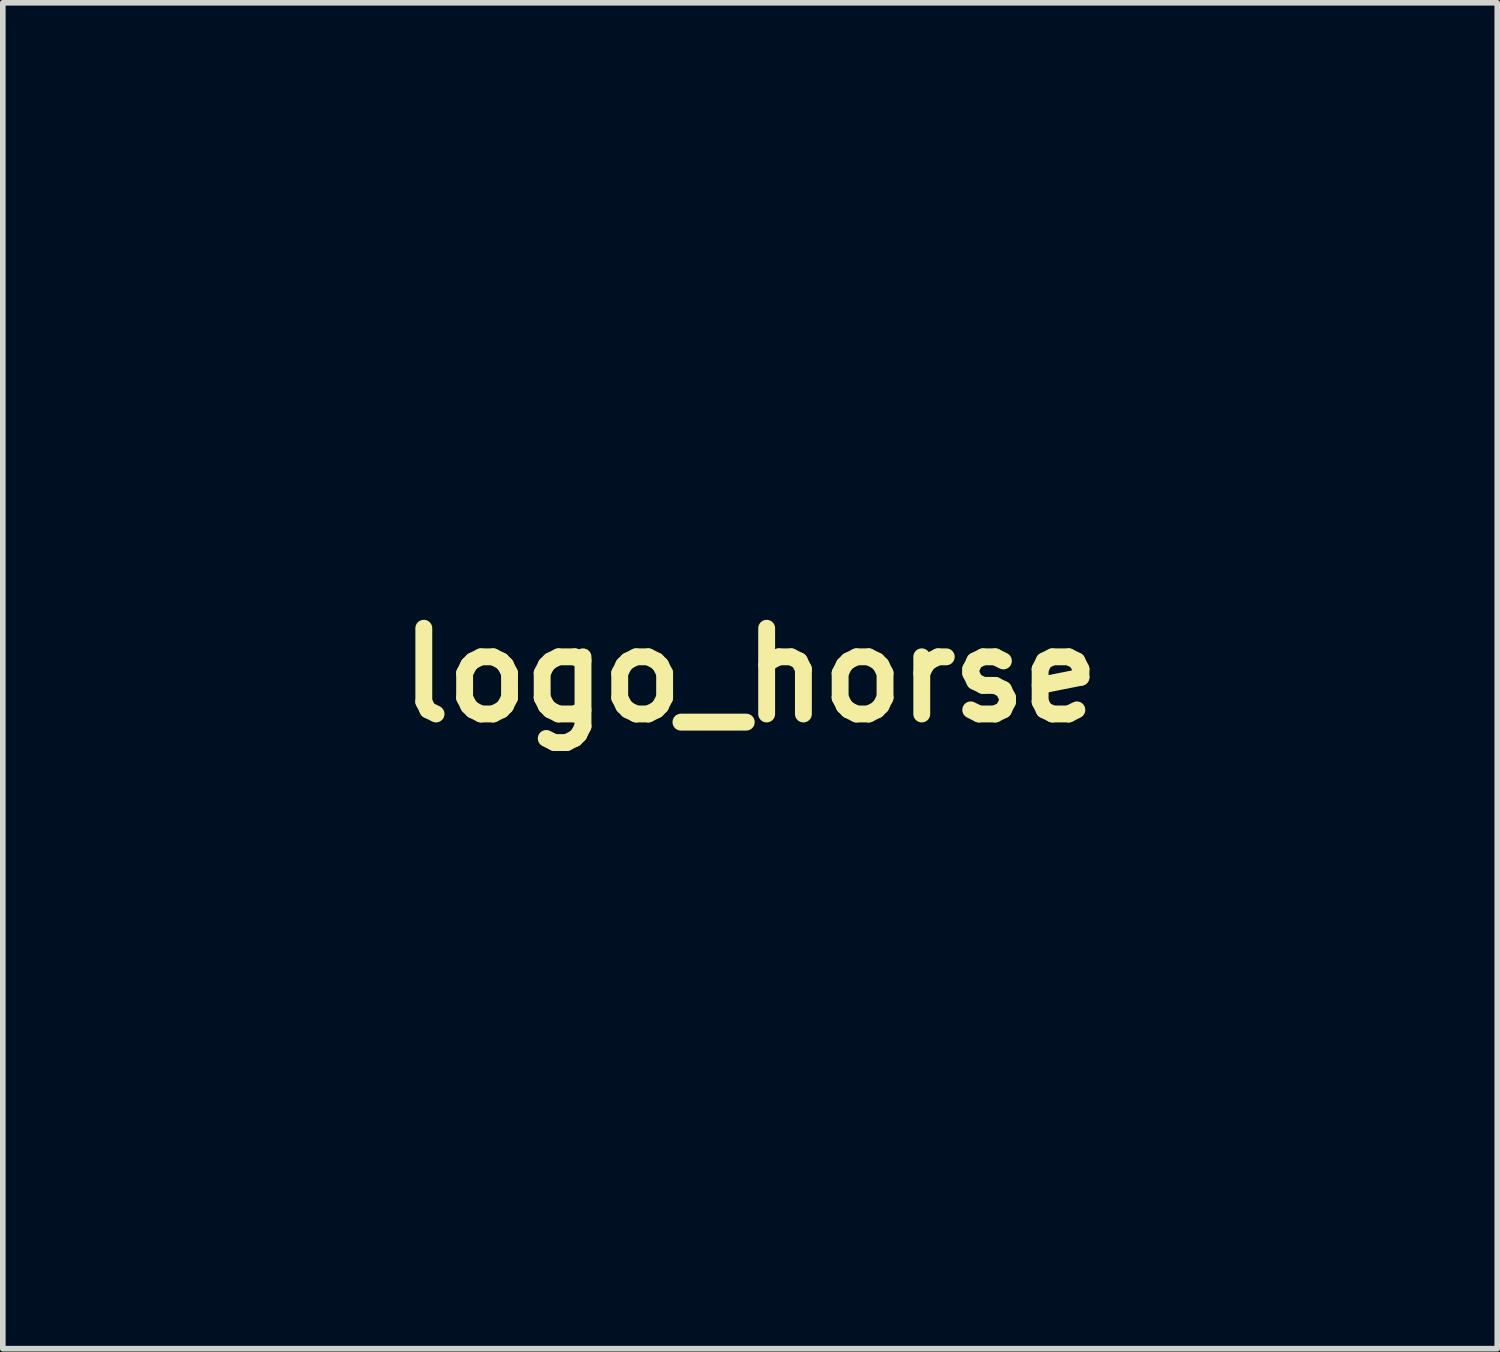
<source format=kicad_pcb>
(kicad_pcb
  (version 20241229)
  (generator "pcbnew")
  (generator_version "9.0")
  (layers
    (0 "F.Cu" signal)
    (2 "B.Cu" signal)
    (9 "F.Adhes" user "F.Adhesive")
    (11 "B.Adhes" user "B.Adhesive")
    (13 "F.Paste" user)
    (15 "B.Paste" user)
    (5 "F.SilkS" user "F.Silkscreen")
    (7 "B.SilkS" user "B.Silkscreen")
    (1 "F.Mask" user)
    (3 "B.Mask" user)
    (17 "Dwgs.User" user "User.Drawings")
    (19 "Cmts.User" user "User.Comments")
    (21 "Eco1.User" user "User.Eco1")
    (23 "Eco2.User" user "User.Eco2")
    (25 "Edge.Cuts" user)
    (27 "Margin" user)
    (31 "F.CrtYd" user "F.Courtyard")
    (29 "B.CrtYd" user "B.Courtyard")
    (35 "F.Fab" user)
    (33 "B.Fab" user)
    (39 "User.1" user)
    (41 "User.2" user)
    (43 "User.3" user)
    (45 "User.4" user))
  (footprint "logo_horse"
    (layer "F.Cu")
    (at 10.291 8.955)
    (property "Reference" "logo_horse" (at 0 0 0) (layer "F.SilkS") (effects (font (size 1.524 1.524) (thickness 0.3))))
    (attr through_hole)
    (fp_poly (pts (xy -3.753 -3.352) (xy -3.678 -3.337) (xy -3.571 -3.308) (xy -3.517 -3.292) (xy -3.39 -3.257) (xy -3.295 -3.235) (xy -3.223 -3.226) (xy -3.171 -3.228) (xy -3.08 -3.239) (xy -3.186 -3.187) (xy -3.259 -3.154) (xy -3.312 -3.139) (xy -3.364 -3.142) (xy -3.43 -3.162) (xy -3.44 -3.165) (xy -3.504 -3.186) (xy -3.589 -3.213) (xy -3.678 -3.239) (xy -3.765 -3.269) (xy -3.817 -3.297) (xy -3.831 -3.315) (xy -3.824 -3.341) (xy -3.8 -3.353) (xy -3.753 -3.352)) (stroke (width 0.01) (type solid)) (fill yes) (layer "F.Mask"))
    (fp_poly (pts (xy -2.904 -3.221) (xy -2.945 -3.185) (xy -3.007 -3.133) (xy -3.085 -3.068) (xy -3.173 -2.997) (xy -3.264 -2.923) (xy -3.353 -2.851) (xy -3.435 -2.787) (xy -3.502 -2.735) (xy -3.549 -2.699) (xy -3.555 -2.695) (xy -3.583 -2.681) (xy -3.606 -2.689) (xy -3.637 -2.726) (xy -3.651 -2.746) (xy -3.69 -2.815) (xy -3.725 -2.896) (xy -3.754 -2.982) (xy -3.775 -3.064) (xy -3.785 -3.133) (xy -3.782 -3.18) (xy -3.765 -3.196) (xy -3.736 -3.191) (xy -3.676 -3.177) (xy -3.594 -3.157) (xy -3.525 -3.14) (xy -3.308 -3.084) (xy -3.102 -3.163) (xy -3.017 -3.195) (xy -2.948 -3.22) (xy -2.903 -3.234) (xy -2.89 -3.235) (xy -2.904 -3.221)) (stroke (width 0.01) (type solid)) (fill yes) (layer "F.Mask"))
    (fp_poly (pts (xy -1.953 -8.191) (xy -1.911 -8.107) (xy -1.87 -8.012) (xy -1.834 -7.916) (xy -1.809 -7.833) (xy -1.799 -7.774) (xy -1.799 -7.771) (xy -1.786 -7.743) (xy -1.749 -7.688) (xy -1.693 -7.612) (xy -1.622 -7.52) (xy -1.539 -7.418) (xy -1.514 -7.387) (xy -1.425 -7.281) (xy -1.344 -7.183) (xy -1.275 -7.098) (xy -1.221 -7.032) (xy -1.19 -6.991) (xy -1.186 -6.986) (xy -1.143 -6.926) (xy -1.191 -6.895) (xy -1.225 -6.875) (xy -1.283 -6.844) (xy -1.355 -6.806) (xy -1.431 -6.767) (xy -1.503 -6.731) (xy -1.558 -6.703) (xy -1.59 -6.689) (xy -1.593 -6.689) (xy -1.606 -6.705) (xy -1.641 -6.75) (xy -1.694 -6.818) (xy -1.76 -6.905) (xy -1.835 -7.006) (xy -1.842 -7.015) (xy -1.92 -7.122) (xy -1.991 -7.224) (xy -2.049 -7.312) (xy -2.091 -7.38) (xy -2.112 -7.421) (xy -2.122 -7.457) (xy -2.126 -7.501) (xy -2.126 -7.559) (xy -2.119 -7.638) (xy -2.107 -7.747) (xy -2.096 -7.84) (xy -2.08 -7.961) (xy -2.064 -8.071) (xy -2.051 -8.161) (xy -2.04 -8.224) (xy -2.036 -8.243) (xy -2.019 -8.306) (xy -1.953 -8.191)) (stroke (width 0.01) (type solid)) (fill yes) (layer "F.Mask"))
    (fp_poly (pts (xy -2.313 -3.527) (xy -2.312 -3.503) (xy -2.337 -3.459) (xy -2.39 -3.393) (xy -2.472 -3.3) (xy -2.482 -3.289) (xy -2.753 -2.988) (xy -2.992 -2.705) (xy -3.203 -2.435) (xy -3.389 -2.174) (xy -3.553 -1.916) (xy -3.699 -1.656) (xy -3.829 -1.389) (xy -3.947 -1.109) (xy -4.057 -0.812) (xy -4.058 -0.808) (xy -4.135 -0.586) (xy -4.991 -0.166) (xy -5.2 -0.064) (xy -5.374 0.022) (xy -5.517 0.091) (xy -5.63 0.145) (xy -5.719 0.187) (xy -5.784 0.217) (xy -5.831 0.237) (xy -5.861 0.247) (xy -5.877 0.251) (xy -5.884 0.248) (xy -5.884 0.246) (xy -5.876 0.225) (xy -5.851 0.172) (xy -5.813 0.092) (xy -5.764 -0.011) (xy -5.707 -0.129) (xy -5.672 -0.203) (xy -5.46 -0.643) (xy -5.114 -0.995) (xy -4.769 -1.347) (xy -4.435 -2.002) (xy -4.328 -2.21) (xy -4.239 -2.383) (xy -4.164 -2.526) (xy -4.103 -2.64) (xy -4.052 -2.731) (xy -4.011 -2.801) (xy -3.977 -2.853) (xy -3.948 -2.892) (xy -3.922 -2.919) (xy -3.898 -2.94) (xy -3.893 -2.943) (xy -3.831 -2.988) (xy -3.791 -2.893) (xy -3.749 -2.806) (xy -3.702 -2.724) (xy -3.657 -2.658) (xy -3.62 -2.618) (xy -3.609 -2.611) (xy -3.582 -2.62) (xy -3.527 -2.654) (xy -3.447 -2.71) (xy -3.346 -2.786) (xy -3.232 -2.874) (xy -3.052 -3.016) (xy -2.886 -3.145) (xy -2.736 -3.259) (xy -2.606 -3.356) (xy -2.499 -3.434) (xy -2.416 -3.491) (xy -2.361 -3.525) (xy -2.338 -3.535) (xy -2.313 -3.527)) (stroke (width 0.01) (type solid)) (fill yes) (layer "F.Mask"))
    (fp_poly (pts (xy 0.214 -3.756) (xy 0.257 -3.705) (xy 0.319 -3.63) (xy 0.395 -3.537) (xy 0.481 -3.429) (xy 0.574 -3.312) (xy 0.669 -3.19) (xy 0.763 -3.069) (xy 0.852 -2.953) (xy 0.932 -2.848) (xy 0.956 -2.815) (xy 1.328 -2.291) (xy 1.66 -1.777) (xy 1.951 -1.273) (xy 2.201 -0.78) (xy 2.411 -0.296) (xy 2.58 0.178) (xy 2.709 0.642) (xy 2.787 1.027) (xy 2.801 1.144) (xy 2.813 1.291) (xy 2.821 1.458) (xy 2.826 1.636) (xy 2.827 1.816) (xy 2.824 1.988) (xy 2.818 2.144) (xy 2.808 2.274) (xy 2.797 2.349) (xy 2.71 2.743) (xy 2.592 3.111) (xy 2.443 3.456) (xy 2.259 3.783) (xy 2.239 3.815) (xy 2.181 3.904) (xy 2.142 3.957) (xy 2.122 3.977) (xy 2.12 3.964) (xy 2.125 3.942) (xy 2.144 3.875) (xy 2.168 3.777) (xy 2.195 3.659) (xy 2.223 3.533) (xy 2.248 3.409) (xy 2.27 3.299) (xy 2.279 3.249) (xy 2.293 3.141) (xy 2.304 3.008) (xy 2.31 2.858) (xy 2.314 2.698) (xy 2.313 2.533) (xy 2.31 2.371) (xy 2.303 2.218) (xy 2.294 2.081) (xy 2.281 1.967) (xy 2.266 1.882) (xy 2.249 1.834) (xy 2.239 1.844) (xy 2.219 1.888) (xy 2.194 1.956) (xy 2.177 2.007) (xy 2.141 2.106) (xy 2.092 2.225) (xy 2.037 2.348) (xy 1.994 2.438) (xy 1.945 2.531) (xy 1.887 2.634) (xy 1.824 2.739) (xy 1.761 2.842) (xy 1.702 2.934) (xy 1.65 3.011) (xy 1.61 3.065) (xy 1.586 3.089) (xy 1.583 3.09) (xy 1.583 3.073) (xy 1.598 3.027) (xy 1.621 2.973) (xy 1.669 2.853) (xy 1.722 2.705) (xy 1.776 2.541) (xy 1.826 2.376) (xy 1.867 2.22) (xy 1.887 2.138) (xy 1.907 2.042) (xy 1.921 1.953) (xy 1.93 1.86) (xy 1.934 1.751) (xy 1.936 1.616) (xy 1.936 1.556) (xy 1.934 1.392) (xy 1.928 1.25) (xy 1.919 1.138) (xy 1.908 1.069) (xy 1.851 0.852) (xy 1.78 0.642) (xy 1.691 0.436) (xy 1.581 0.226) (xy 1.447 0.008) (xy 1.287 -0.225) (xy 1.096 -0.478) (xy 1.081 -0.497) (xy 0.998 -0.603) (xy 0.934 -0.679) (xy 0.885 -0.73) (xy 0.845 -0.762) (xy 0.809 -0.778) (xy 0.772 -0.783) (xy 0.761 -0.783) (xy 0.689 -0.776) (xy 0.61 -0.757) (xy 0.593 -0.751) (xy 0.534 -0.732) (xy 0.493 -0.721) (xy 0.484 -0.72) (xy 0.488 -0.738) (xy 0.509 -0.789) (xy 0.545 -0.868) (xy 0.593 -0.97) (xy 0.651 -1.09) (xy 0.718 -1.224) (xy 0.72 -1.227) (xy 0.787 -1.365) (xy 0.848 -1.492) (xy 0.9 -1.603) (xy 0.94 -1.692) (xy 0.965 -1.755) (xy 0.974 -1.785) (xy 0.967 -1.835) (xy 0.947 -1.917) (xy 0.918 -2.024) (xy 0.881 -2.149) (xy 0.838 -2.284) (xy 0.792 -2.422) (xy 0.745 -2.555) (xy 0.7 -2.677) (xy 0.695 -2.689) (xy 0.649 -2.8) (xy 0.589 -2.937) (xy 0.52 -3.088) (xy 0.447 -3.241) (xy 0.379 -3.381) (xy 0.32 -3.5) (xy 0.269 -3.604) (xy 0.229 -3.688) (xy 0.202 -3.747) (xy 0.191 -3.776) (xy 0.192 -3.778) (xy 0.214 -3.756)) (stroke (width 0.01) (type solid)) (fill yes) (layer "F.Mask"))
    (fp_poly (pts (xy -2.586 -8.152) (xy -2.558 -8.101) (xy -2.524 -8.026) (xy -2.488 -7.936) (xy -2.452 -7.839) (xy -2.422 -7.743) (xy -2.42 -7.736) (xy -2.406 -7.69) (xy -2.394 -7.65) (xy -2.381 -7.614) (xy -2.365 -7.578) (xy -2.341 -7.538) (xy -2.309 -7.489) (xy -2.265 -7.427) (xy -2.207 -7.349) (xy -2.131 -7.25) (xy -2.036 -7.127) (xy -1.918 -6.976) (xy -1.884 -6.932) (xy -1.709 -6.707) (xy -1.559 -6.512) (xy -1.43 -6.342) (xy -1.319 -6.194) (xy -1.224 -6.064) (xy -1.142 -5.949) (xy -1.07 -5.845) (xy -1.006 -5.748) (xy -0.982 -5.71) (xy -0.918 -5.607) (xy -0.852 -5.492) (xy -0.787 -5.372) (xy -0.726 -5.253) (xy -0.671 -5.141) (xy -0.626 -5.044) (xy -0.594 -4.967) (xy -0.579 -4.916) (xy -0.579 -4.901) (xy -0.584 -4.891) (xy -0.595 -4.879) (xy -0.613 -4.862) (xy -0.641 -4.838) (xy -0.681 -4.807) (xy -0.736 -4.765) (xy -0.809 -4.713) (xy -0.901 -4.647) (xy -1.015 -4.566) (xy -1.153 -4.468) (xy -1.318 -4.351) (xy -1.512 -4.215) (xy -1.738 -4.057) (xy -1.819 -3.999) (xy -2.697 -3.384) (xy -2.973 -3.32) (xy -3.249 -3.257) (xy -3.471 -3.334) (xy -3.6 -3.379) (xy -3.694 -3.411) (xy -3.759 -3.433) (xy -3.801 -3.444) (xy -3.827 -3.448) (xy -3.84 -3.445) (xy -3.848 -3.436) (xy -3.854 -3.428) (xy -3.864 -3.391) (xy -3.871 -3.328) (xy -3.873 -3.268) (xy -3.879 -3.174) (xy -3.897 -3.121) (xy -3.904 -3.113) (xy -3.922 -3.105) (xy -3.933 -3.122) (xy -3.942 -3.173) (xy -3.945 -3.2) (xy -3.957 -3.33) (xy -3.964 -3.445) (xy -3.966 -3.538) (xy -3.964 -3.602) (xy -3.956 -3.631) (xy -3.955 -3.632) (xy -3.928 -3.642) (xy -3.87 -3.661) (xy -3.792 -3.685) (xy -3.753 -3.697) (xy -3.698 -3.713) (xy -3.65 -3.73) (xy -3.603 -3.75) (xy -3.553 -3.778) (xy -3.495 -3.815) (xy -3.423 -3.866) (xy -3.332 -3.933) (xy -3.218 -4.02) (xy -3.096 -4.113) (xy -2.939 -4.234) (xy -2.813 -4.331) (xy -2.716 -4.406) (xy -2.645 -4.462) (xy -2.597 -4.5) (xy -2.571 -4.523) (xy -2.563 -4.532) (xy -2.571 -4.531) (xy -2.594 -4.52) (xy -2.625 -4.503) (xy -2.732 -4.445) (xy -2.844 -4.385) (xy -2.952 -4.328) (xy -3.051 -4.277) (xy -3.133 -4.235) (xy -3.193 -4.205) (xy -3.224 -4.191) (xy -3.226 -4.191) (xy -3.219 -4.209) (xy -3.196 -4.26) (xy -3.158 -4.339) (xy -3.108 -4.44) (xy -3.049 -4.56) (xy -2.983 -4.693) (xy -2.913 -4.834) (xy -2.84 -4.978) (xy -2.793 -5.073) (xy -1.517 -5.073) (xy -1.514 -5.06) (xy -1.503 -5.059) (xy -1.485 -5.067) (xy -1.489 -5.073) (xy -1.514 -5.075) (xy -1.517 -5.073) (xy -2.793 -5.073) (xy -2.769 -5.121) (xy -2.7 -5.257) (xy -2.636 -5.382) (xy -2.581 -5.491) (xy -2.536 -5.578) (xy -2.503 -5.639) (xy -2.486 -5.668) (xy -2.485 -5.67) (xy -2.471 -5.668) (xy -2.439 -5.647) (xy -2.387 -5.604) (xy -2.311 -5.537) (xy -2.21 -5.444) (xy -2.129 -5.369) (xy -1.884 -5.138) (xy -1.723 -5.108) (xy -1.646 -5.095) (xy -1.586 -5.086) (xy -1.556 -5.085) (xy -1.554 -5.086) (xy -1.568 -5.096) (xy -1.613 -5.116) (xy -1.679 -5.141) (xy -1.684 -5.142) (xy -1.734 -5.161) (xy -1.778 -5.183) (xy -1.822 -5.211) (xy -1.871 -5.251) (xy -1.932 -5.309) (xy -2.01 -5.387) (xy -2.099 -5.479) (xy -2.19 -5.575) (xy -2.274 -5.666) (xy -2.345 -5.746) (xy -2.397 -5.807) (xy -2.424 -5.842) (xy -2.459 -5.914) (xy -2.495 -6.021) (xy -2.532 -6.157) (xy -2.567 -6.313) (xy -2.598 -6.484) (xy -2.626 -6.662) (xy -2.648 -6.841) (xy -2.663 -7.012) (xy -2.665 -7.048) (xy -2.671 -7.189) (xy -2.673 -7.339) (xy -2.671 -7.492) (xy -2.667 -7.642) (xy -2.661 -7.785) (xy -2.652 -7.913) (xy -2.642 -8.022) (xy -2.629 -8.105) (xy -2.616 -8.156) (xy -2.604 -8.17) (xy -2.586 -8.152)) (stroke (width 0.01) (type solid)) (fill yes) (layer "F.Mask"))
    (fp_poly (pts (xy -4.17 -0.454) (xy -4.177 -0.431) (xy -4.196 -0.378) (xy -4.223 -0.305) (xy -4.235 -0.275) (xy -4.265 -0.198) (xy -4.293 -0.143) (xy -4.325 -0.1) (xy -4.372 -0.059) (xy -4.441 -0.008) (xy -4.472 0.014) (xy -4.563 0.082) (xy -4.667 0.168) (xy -4.769 0.259) (xy -4.826 0.313) (xy -5.006 0.492) (xy -4.868 0.387) (xy -4.732 0.287) (xy -4.602 0.196) (xy -4.486 0.122) (xy -4.392 0.069) (xy -4.392 0.069) (xy -4.341 0.05) (xy -4.275 0.033) (xy -4.204 0.02) (xy -4.138 0.012) (xy -4.09 0.011) (xy -4.068 0.019) (xy -4.069 0.022) (xy -4.087 0.041) (xy -4.131 0.079) (xy -4.194 0.131) (xy -4.244 0.17) (xy -4.332 0.243) (xy -4.431 0.331) (xy -4.535 0.428) (xy -4.635 0.526) (xy -4.725 0.619) (xy -4.798 0.698) (xy -4.845 0.757) (xy -4.855 0.777) (xy -4.84 0.774) (xy -4.799 0.747) (xy -4.729 0.694) (xy -4.653 0.634) (xy -4.556 0.558) (xy -4.445 0.475) (xy -4.325 0.388) (xy -4.201 0.302) (xy -4.081 0.22) (xy -3.969 0.145) (xy -3.871 0.083) (xy -3.794 0.037) (xy -3.743 0.011) (xy -3.733 0.008) (xy -3.693 0.007) (xy -3.647 0.028) (xy -3.584 0.076) (xy -3.582 0.078) (xy -3.384 0.24) (xy -3.211 0.376) (xy -3.055 0.49) (xy -2.911 0.586) (xy -2.773 0.668) (xy -2.635 0.741) (xy -2.598 0.758) (xy -2.514 0.8) (xy -2.447 0.835) (xy -2.404 0.86) (xy -2.392 0.87) (xy -2.409 0.885) (xy -2.457 0.92) (xy -2.531 0.973) (xy -2.628 1.041) (xy -2.743 1.12) (xy -2.873 1.208) (xy -2.937 1.251) (xy -3.482 1.619) (xy -3.799 1.644) (xy -3.452 1.651) (xy -2.842 1.279) (xy -2.233 0.907) (xy -2.031 0.94) (xy -1.913 0.955) (xy -1.772 0.965) (xy -1.62 0.971) (xy -1.469 0.972) (xy -1.332 0.967) (xy -1.222 0.958) (xy -1.201 0.955) (xy -1.143 0.948) (xy -1.107 0.949) (xy -1.101 0.953) (xy -1.118 0.971) (xy -1.167 1.008) (xy -1.245 1.061) (xy -1.346 1.13) (xy -1.467 1.209) (xy -1.604 1.298) (xy -1.753 1.394) (xy -1.91 1.493) (xy -2.07 1.593) (xy -2.23 1.692) (xy -2.385 1.787) (xy -2.413 1.803) (xy -2.523 1.869) (xy -2.646 1.94) (xy -2.778 2.015) (xy -2.913 2.091) (xy -3.045 2.164) (xy -3.17 2.232) (xy -3.281 2.291) (xy -3.374 2.34) (xy -3.443 2.374) (xy -3.483 2.391) (xy -3.489 2.392) (xy -3.507 2.379) (xy -3.506 2.337) (xy -3.503 2.323) (xy -3.489 2.277) (xy -3.464 2.224) (xy -3.424 2.157) (xy -3.363 2.068) (xy -3.322 2.011) (xy -3.293 1.971) (xy -3.285 1.954) (xy -3.298 1.962) (xy -3.336 1.997) (xy -3.401 2.06) (xy -3.401 2.06) (xy -3.55 2.205) (xy -3.672 2.646) (xy -3.709 2.777) (xy -3.743 2.894) (xy -3.771 2.991) (xy -3.793 3.062) (xy -3.806 3.101) (xy -3.808 3.106) (xy -3.831 3.11) (xy -3.89 3.111) (xy -3.975 3.11) (xy -4.08 3.107) (xy -4.196 3.102) (xy -4.317 3.096) (xy -4.434 3.09) (xy -4.539 3.082) (xy -4.627 3.075) (xy -4.687 3.068) (xy -4.714 3.061) (xy -4.714 3.061) (xy -4.716 3.041) (xy -4.702 2.998) (xy -4.671 2.93) (xy -4.622 2.834) (xy -4.553 2.708) (xy -4.464 2.551) (xy -4.379 2.402) (xy -4.31 2.286) (xy -4.254 2.2) (xy -4.208 2.137) (xy -4.168 2.094) (xy -4.131 2.067) (xy -4.093 2.052) (xy -4.055 2.044) (xy -3.993 2.029) (xy -3.972 2.013) (xy -3.99 1.998) (xy -4.047 1.991) (xy -4.071 1.99) (xy -4.106 1.991) (xy -4.135 1.998) (xy -4.163 2.015) (xy -4.196 2.048) (xy -4.239 2.102) (xy -4.299 2.183) (xy -4.331 2.228) (xy -4.488 2.449) (xy -4.634 2.667) (xy -4.764 2.87) (xy -4.836 2.99) (xy -4.919 3.133) (xy -5.026 3.13) (xy -5.087 3.127) (xy -5.179 3.12) (xy -5.29 3.111) (xy -5.408 3.1) (xy -5.429 3.098) (xy -5.726 3.069) (xy -5.889 2.897) (xy -5.997 2.776) (xy -6.076 2.664) (xy -6.134 2.549) (xy -6.177 2.417) (xy -6.199 2.328) (xy -6.213 2.267) (xy -6.229 2.213) (xy -6.249 2.16) (xy -6.254 2.152) (xy -6.054 2.152) (xy -6.045 2.179) (xy -6.019 2.169) (xy -5.978 2.123) (xy -5.925 2.048) (xy -5.872 1.959) (xy -5.814 1.855) (xy -5.764 1.758) (xy -5.728 1.681) (xy -5.705 1.618) (xy -5.691 1.554) (xy -5.684 1.476) (xy -5.681 1.388) (xy -5.679 1.296) (xy -5.678 1.243) (xy -5.68 1.228) (xy -5.685 1.246) (xy -5.692 1.297) (xy -5.693 1.304) (xy -5.721 1.456) (xy -5.761 1.594) (xy -5.817 1.729) (xy -5.895 1.873) (xy -5.969 1.992) (xy -6.01 2.06) (xy -6.04 2.116) (xy -6.054 2.15) (xy -6.054 2.152) (xy -6.254 2.152) (xy -6.279 2.101) (xy -6.319 2.03) (xy -6.375 1.941) (xy -6.449 1.825) (xy -6.496 1.754) (xy -6.754 1.359) (xy -6.699 1.14) (xy -6.675 1.043) (xy -6.665 1.008) (xy -6.368 1.008) (xy -6.365 1.029) (xy -6.351 1.08) (xy -6.329 1.153) (xy -6.32 1.181) (xy -6.264 1.349) (xy -6.3 1.56) (xy -6.337 1.772) (xy -6.245 1.881) (xy -6.196 1.936) (xy -6.158 1.975) (xy -6.138 1.99) (xy -6.124 1.971) (xy -6.103 1.923) (xy -6.079 1.855) (xy -6.03 1.674) (xy -5.999 1.483) (xy -5.985 1.266) (xy -5.984 1.238) (xy -5.98 1.027) (xy -6.17 1.014) (xy -6.255 1.009) (xy -6.322 1.007) (xy -6.362 1.007) (xy -6.368 1.008) (xy -6.665 1.008) (xy -6.651 0.957) (xy -6.632 0.892) (xy -6.624 0.866) (xy -6.601 0.836) (xy -6.551 0.784) (xy -6.481 0.718) (xy -6.398 0.643) (xy -6.307 0.564) (xy -6.216 0.487) (xy -6.131 0.418) (xy -6.058 0.362) (xy -6.005 0.326) (xy -5.983 0.314) (xy -5.931 0.305) (xy -5.864 0.299) (xy -5.856 0.298) (xy -5.817 0.291) (xy -5.755 0.27) (xy -5.665 0.234) (xy -5.546 0.182) (xy -5.395 0.113) (xy -5.21 0.026) (xy -5.126 -0.014) (xy -4.905 -0.119) (xy -4.72 -0.207) (xy -4.567 -0.28) (xy -4.444 -0.338) (xy -4.348 -0.382) (xy -4.276 -0.415) (xy -4.225 -0.437) (xy -4.192 -0.45) (xy -4.174 -0.455) (xy -4.17 -0.454)) (stroke (width 0.01) (type solid)) (fill yes) (layer "F.Mask"))
    (fp_poly (pts (xy -0.62 -8.949) (xy -0.529 -8.948) (xy -0.474 -8.946) (xy -0.454 -8.944) (xy -0.466 -8.941) (xy -0.508 -8.936) (xy -0.561 -8.931) (xy -0.661 -8.922) (xy -0.785 -8.911) (xy -0.918 -8.899) (xy -1.027 -8.889) (xy -1.63 -8.815) (xy -2.231 -8.702) (xy -2.827 -8.551) (xy -3.414 -8.364) (xy -3.987 -8.143) (xy -4.543 -7.888) (xy -5.078 -7.601) (xy -5.589 -7.284) (xy -6.072 -6.938) (xy -6.1 -6.915) (xy -6.539 -6.549) (xy -6.943 -6.158) (xy -7.312 -5.743) (xy -7.646 -5.307) (xy -7.944 -4.848) (xy -8.205 -4.369) (xy -8.43 -3.87) (xy -8.618 -3.352) (xy -8.768 -2.815) (xy -8.881 -2.261) (xy -8.955 -1.69) (xy -8.988 -1.154) (xy -8.986 -0.583) (xy -8.942 -0.013) (xy -8.858 0.555) (xy -8.735 1.116) (xy -8.573 1.67) (xy -8.374 2.211) (xy -8.139 2.738) (xy -7.869 3.247) (xy -7.564 3.736) (xy -7.226 4.201) (xy -7.175 4.265) (xy -7.042 4.424) (xy -6.883 4.6) (xy -6.708 4.784) (xy -6.524 4.969) (xy -6.339 5.145) (xy -6.163 5.306) (xy -6.003 5.441) (xy -5.986 5.455) (xy -5.533 5.791) (xy -5.056 6.091) (xy -4.559 6.356) (xy -4.041 6.584) (xy -3.507 6.775) (xy -2.956 6.927) (xy -2.54 7.015) (xy -1.982 7.097) (xy -1.411 7.143) (xy -0.836 7.152) (xy -0.264 7.125) (xy 0.243 7.068) (xy 0.825 6.963) (xy 1.327 6.835) (xy 4.641 6.835) (xy 4.644 6.837) (xy 4.663 6.822) (xy 4.667 6.816) (xy 4.673 6.796) (xy 4.67 6.795) (xy 4.65 6.809) (xy 4.646 6.816) (xy 4.641 6.835) (xy 1.327 6.835) (xy 1.395 6.818) (xy 1.952 6.634) (xy 2.495 6.413) (xy 3.02 6.154) (xy 3.527 5.861) (xy 4.013 5.533) (xy 4.477 5.172) (xy 4.915 4.779) (xy 5.328 4.355) (xy 5.711 3.902) (xy 5.911 3.639) (xy 6.18 3.242) (xy 6.41 2.847) (xy 6.602 2.447) (xy 6.759 2.038) (xy 6.883 1.612) (xy 6.977 1.166) (xy 7.02 0.878) (xy 7.036 0.719) (xy 7.048 0.525) (xy 7.055 0.303) (xy 7.058 0.061) (xy 7.057 -0.194) (xy 7.052 -0.456) (xy 7.042 -0.716) (xy 7.028 -0.967) (xy 7.015 -1.154) (xy 6.974 -1.64) (xy 6.961 -0.889) (xy 6.952 -0.533) (xy 6.939 -0.214) (xy 6.919 0.077) (xy 6.893 0.345) (xy 6.86 0.597) (xy 6.819 0.839) (xy 6.77 1.077) (xy 6.719 1.286) (xy 6.682 1.421) (xy 6.637 1.565) (xy 6.588 1.708) (xy 6.539 1.842) (xy 6.492 1.956) (xy 6.452 2.041) (xy 6.445 2.053) (xy 6.424 2.088) (xy 6.416 2.086) (xy 6.414 2.062) (xy 6.416 2.03) (xy 6.421 1.962) (xy 6.429 1.863) (xy 6.44 1.739) (xy 6.453 1.596) (xy 6.467 1.439) (xy 6.471 1.395) (xy 6.488 1.199) (xy 6.502 1.027) (xy 6.512 0.87) (xy 6.52 0.717) (xy 6.524 0.558) (xy 6.527 0.382) (xy 6.528 0.179) (xy 6.528 0.074) (xy 6.525 -0.258) (xy 6.516 -0.557) (xy 6.498 -0.834) (xy 6.472 -1.098) (xy 6.436 -1.359) (xy 6.388 -1.626) (xy 6.327 -1.909) (xy 6.253 -2.219) (xy 6.243 -2.259) (xy 6.212 -2.378) (xy 6.176 -2.513) (xy 6.135 -2.657) (xy 6.093 -2.806) (xy 6.05 -2.953) (xy 6.007 -3.093) (xy 5.968 -3.221) (xy 5.933 -3.332) (xy 5.904 -3.42) (xy 5.882 -3.479) (xy 5.87 -3.504) (xy 5.868 -3.505) (xy 5.87 -3.482) (xy 5.88 -3.426) (xy 5.897 -3.343) (xy 5.919 -3.24) (xy 5.935 -3.172) (xy 6.059 -2.578) (xy 6.155 -1.984) (xy 6.226 -1.372) (xy 6.234 -1.281) (xy 6.246 -1.11) (xy 6.256 -0.911) (xy 6.263 -0.693) (xy 6.267 -0.465) (xy 6.268 -0.235) (xy 6.266 -0.013) (xy 6.262 0.191) (xy 6.254 0.37) (xy 6.246 0.487) (xy 6.176 1.066) (xy 6.071 1.619) (xy 5.933 2.148) (xy 5.761 2.652) (xy 5.554 3.131) (xy 5.313 3.585) (xy 5.038 4.014) (xy 4.728 4.418) (xy 4.385 4.798) (xy 4.146 5.029) (xy 3.766 5.352) (xy 3.35 5.654) (xy 2.903 5.934) (xy 2.429 6.189) (xy 1.93 6.418) (xy 1.704 6.509) (xy 1.61 6.544) (xy 1.493 6.586) (xy 1.359 6.632) (xy 1.217 6.68) (xy 1.073 6.728) (xy 0.936 6.772) (xy 0.812 6.811) (xy 0.71 6.842) (xy 0.636 6.863) (xy 0.614 6.868) (xy 0.584 6.874) (xy 0.565 6.876) (xy 0.56 6.871) (xy 0.573 6.855) (xy 0.607 6.825) (xy 0.665 6.778) (xy 0.75 6.71) (xy 0.836 6.642) (xy 1.046 6.468) (xy 1.228 6.301) (xy 1.392 6.131) (xy 1.549 5.947) (xy 1.63 5.846) (xy 1.935 5.43) (xy 2.202 5.024) (xy 2.431 4.624) (xy 2.626 4.228) (xy 2.786 3.831) (xy 2.915 3.43) (xy 3.012 3.021) (xy 3.079 2.618) (xy 3.095 2.453) (xy 3.106 2.259) (xy 3.11 2.047) (xy 3.11 1.829) (xy 3.103 1.619) (xy 3.091 1.427) (xy 3.079 1.313) (xy 3.004 0.857) (xy 2.891 0.397) (xy 2.739 -0.068) (xy 2.549 -0.539) (xy 2.32 -1.016) (xy 2.052 -1.499) (xy 1.744 -1.99) (xy 1.397 -2.488) (xy 1.009 -2.994) (xy 0.581 -3.51) (xy 0.112 -4.034) (xy -0.109 -4.27) (xy -0.175 -4.338) (xy -0.228 -4.391) (xy -0.263 -4.425) (xy -0.275 -4.434) (xy -0.265 -4.413) (xy -0.236 -4.363) (xy -0.194 -4.29) (xy -0.141 -4.201) (xy -0.119 -4.164) (xy 0.146 -3.69) (xy 0.371 -3.214) (xy 0.558 -2.729) (xy 0.71 -2.231) (xy 0.753 -2.061) (xy 0.825 -1.762) (xy 0.717 -1.532) (xy 0.677 -1.444) (xy 0.626 -1.326) (xy 0.567 -1.188) (xy 0.504 -1.037) (xy 0.441 -0.884) (xy 0.413 -0.815) (xy 0.314 -0.573) (xy 0.224 -0.365) (xy 0.141 -0.186) (xy 0.061 -0.029) (xy -0.019 0.111) (xy -0.102 0.24) (xy -0.192 0.363) (xy -0.291 0.488) (xy -0.308 0.508) (xy -0.4 0.616) (xy -0.472 0.696) (xy -0.532 0.753) (xy -0.586 0.792) (xy -0.642 0.817) (xy -0.707 0.834) (xy -0.787 0.847) (xy -0.794 0.848) (xy -0.933 0.863) (xy -1.096 0.872) (xy -1.272 0.876) (xy -1.45 0.875) (xy -1.619 0.868) (xy -1.769 0.857) (xy -1.888 0.84) (xy -1.894 0.839) (xy -2.231 0.753) (xy -2.563 0.63) (xy -2.884 0.474) (xy -3.184 0.29) (xy -3.45 0.086) (xy -3.529 0.018) (xy -3.589 -0.029) (xy -3.641 -0.059) (xy -3.693 -0.073) (xy -3.757 -0.076) (xy -3.843 -0.069) (xy -3.961 -0.055) (xy -3.961 -0.055) (xy -4.066 -0.044) (xy -4.156 -0.037) (xy -4.221 -0.034) (xy -4.255 -0.036) (xy -4.258 -0.038) (xy -4.255 -0.061) (xy -4.238 -0.117) (xy -4.209 -0.2) (xy -4.17 -0.304) (xy -4.123 -0.422) (xy -4.115 -0.445) (xy -3.889 -0.969) (xy -3.65 -1.459) (xy -3.393 -1.919) (xy -3.117 -2.352) (xy -2.816 -2.763) (xy -2.49 -3.154) (xy -2.134 -3.531) (xy -1.746 -3.897) (xy -1.322 -4.256) (xy -0.98 -4.519) (xy 0.191 -4.519) (xy 0.201 -4.508) (xy 0.212 -4.519) (xy 0.201 -4.53) (xy 0.191 -4.519) (xy -0.98 -4.519) (xy -0.86 -4.611) (xy -0.759 -4.684) (xy -0.673 -4.745) (xy -0.599 -4.796) (xy -0.542 -4.831) (xy -0.511 -4.847) (xy -0.509 -4.847) (xy -0.482 -4.838) (xy -0.424 -4.814) (xy -0.342 -4.777) (xy -0.242 -4.73) (xy -0.157 -4.69) (xy -0.05 -4.639) (xy 0.042 -4.596) (xy 0.113 -4.563) (xy 0.157 -4.543) (xy 0.169 -4.539) (xy 0.153 -4.553) (xy 0.107 -4.586) (xy 0.036 -4.635) (xy -0.052 -4.696) (xy -0.145 -4.759) (xy -0.458 -4.971) (xy -0.539 -5.147) (xy -0.579 -5.236) (xy -0.616 -5.318) (xy -0.643 -5.381) (xy -0.65 -5.396) (xy -0.681 -5.468) (xy -0.427 -5.454) (xy 0.008 -5.411) (xy 0.45 -5.329) (xy 0.892 -5.21) (xy 1.328 -5.055) (xy 1.418 -5.018) (xy 1.632 -4.921) (xy 1.87 -4.801) (xy 2.124 -4.663) (xy 2.385 -4.51) (xy 2.645 -4.349) (xy 2.896 -4.184) (xy 3.074 -4.061) (xy 3.16 -4) (xy 3.233 -3.949) (xy 3.286 -3.913) (xy 3.314 -3.895) (xy 3.316 -3.895) (xy 3.316 -3.905) (xy 3.298 -3.94) (xy 3.262 -3.999) (xy 3.206 -4.087) (xy 3.129 -4.206) (xy 3.062 -4.307) (xy 2.93 -4.501) (xy 2.792 -4.692) (xy 2.655 -4.871) (xy 2.528 -5.028) (xy 2.464 -5.101) (xy 2.411 -5.162) (xy 2.371 -5.21) (xy 2.351 -5.237) (xy 2.349 -5.24) (xy 2.365 -5.241) (xy 2.409 -5.218) (xy 2.476 -5.178) (xy 2.561 -5.122) (xy 2.658 -5.056) (xy 2.762 -4.981) (xy 2.868 -4.903) (xy 2.97 -4.825) (xy 3.063 -4.75) (xy 3.08 -4.735) (xy 3.431 -4.413) (xy 3.75 -4.064) (xy 4.036 -3.689) (xy 4.288 -3.29) (xy 4.504 -2.87) (xy 4.685 -2.429) (xy 4.828 -1.971) (xy 4.855 -1.863) (xy 4.896 -1.689) (xy 4.929 -1.536) (xy 4.955 -1.395) (xy 4.974 -1.258) (xy 4.988 -1.116) (xy 4.997 -0.962) (xy 5.002 -0.786) (xy 5.004 -0.582) (xy 5.005 -0.434) (xy 5.004 -0.24) (xy 5.003 -0.081) (xy 5 0.05) (xy 4.996 0.159) (xy 4.99 0.253) (xy 4.982 0.34) (xy 4.971 0.427) (xy 4.958 0.52) (xy 4.957 0.527) (xy 4.913 0.771) (xy 4.856 1.028) (xy 4.791 1.286) (xy 4.72 1.528) (xy 4.657 1.714) (xy 4.528 2.033) (xy 4.374 2.353) (xy 4.201 2.666) (xy 4.012 2.963) (xy 3.815 3.235) (xy 3.633 3.45) (xy 3.613 3.473) (xy 3.621 3.469) (xy 3.654 3.44) (xy 3.71 3.387) (xy 3.722 3.376) (xy 3.975 3.108) (xy 4.216 2.805) (xy 4.441 2.472) (xy 4.648 2.116) (xy 4.833 1.741) (xy 4.993 1.355) (xy 5.124 0.963) (xy 5.163 0.824) (xy 5.226 0.559) (xy 5.282 0.274) (xy 5.327 -0.011) (xy 5.357 -0.261) (xy 5.366 -0.405) (xy 5.372 -0.577) (xy 5.373 -0.768) (xy 5.371 -0.969) (xy 5.365 -1.168) (xy 5.355 -1.357) (xy 5.343 -1.526) (xy 5.328 -1.665) (xy 5.324 -1.693) (xy 5.229 -2.191) (xy 5.104 -2.659) (xy 4.947 -3.102) (xy 4.759 -3.52) (xy 4.537 -3.916) (xy 4.281 -4.293) (xy 3.99 -4.651) (xy 3.919 -4.73) (xy 3.849 -4.807) (xy 3.792 -4.873) (xy 3.753 -4.922) (xy 3.735 -4.947) (xy 3.735 -4.949) (xy 3.76 -4.946) (xy 3.813 -4.921) (xy 3.888 -4.879) (xy 3.978 -4.823) (xy 4.079 -4.757) (xy 4.183 -4.684) (xy 4.286 -4.61) (xy 4.38 -4.537) (xy 4.41 -4.512) (xy 4.614 -4.321) (xy 4.811 -4.096) (xy 4.994 -3.845) (xy 5.158 -3.576) (xy 5.298 -3.298) (xy 5.399 -3.041) (xy 5.424 -2.974) (xy 5.444 -2.93) (xy 5.456 -2.918) (xy 5.457 -2.919) (xy 5.458 -2.954) (xy 5.451 -3.022) (xy 5.438 -3.114) (xy 5.421 -3.221) (xy 5.4 -3.336) (xy 5.377 -3.449) (xy 5.354 -3.553) (xy 5.353 -3.556) (xy 5.842 -3.556) (xy 5.85 -3.539) (xy 5.856 -3.542) (xy 5.859 -3.567) (xy 5.856 -3.57) (xy 5.844 -3.567) (xy 5.842 -3.556) (xy 5.353 -3.556) (xy 5.343 -3.598) (xy 5.234 -3.943) (xy 5.095 -4.261) (xy 4.924 -4.553) (xy 4.72 -4.82) (xy 4.482 -5.063) (xy 4.21 -5.283) (xy 3.903 -5.48) (xy 3.561 -5.656) (xy 3.329 -5.755) (xy 3.184 -5.811) (xy 3.041 -5.861) (xy 2.892 -5.908) (xy 2.727 -5.955) (xy 2.537 -6.006) (xy 2.381 -6.045) (xy 2.259 -6.075) (xy 2.151 -6.102) (xy 2.064 -6.125) (xy 2.004 -6.141) (xy 1.979 -6.149) (xy 1.983 -6.154) (xy 2.024 -6.153) (xy 2.099 -6.146) (xy 2.202 -6.135) (xy 2.331 -6.12) (xy 2.48 -6.1) (xy 2.598 -6.084) (xy 3.057 -6.003) (xy 3.485 -5.893) (xy 3.883 -5.754) (xy 4.253 -5.586) (xy 4.597 -5.388) (xy 4.915 -5.158) (xy 5.208 -4.898) (xy 5.292 -4.813) (xy 5.518 -4.558) (xy 5.721 -4.286) (xy 5.904 -3.993) (xy 6.07 -3.672) (xy 6.222 -3.319) (xy 6.323 -3.048) (xy 6.415 -2.783) (xy 6.403 -2.963) (xy 6.358 -3.342) (xy 6.276 -3.711) (xy 6.159 -4.066) (xy 6.007 -4.403) (xy 5.823 -4.716) (xy 5.763 -4.804) (xy 5.533 -5.091) (xy 5.266 -5.359) (xy 4.966 -5.606) (xy 4.636 -5.832) (xy 4.277 -6.035) (xy 3.892 -6.213) (xy 3.485 -6.364) (xy 3.057 -6.488) (xy 2.785 -6.55) (xy 2.602 -6.585) (xy 2.437 -6.614) (xy 2.283 -6.636) (xy 2.131 -6.652) (xy 1.972 -6.664) (xy 1.797 -6.671) (xy 1.598 -6.675) (xy 1.367 -6.676) (xy 1.333 -6.676) (xy 1.14 -6.676) (xy 0.981 -6.674) (xy 0.851 -6.672) (xy 0.742 -6.668) (xy 0.647 -6.661) (xy 0.559 -6.653) (xy 0.47 -6.641) (xy 0.385 -6.629) (xy 0.251 -6.607) (xy 0.119 -6.583) (xy -0.004 -6.559) (xy -0.112 -6.536) (xy -0.2 -6.516) (xy -0.261 -6.499) (xy -0.289 -6.487) (xy -0.289 -6.484) (xy -0.267 -6.475) (xy -0.21 -6.456) (xy -0.126 -6.429) (xy -0.022 -6.396) (xy 0.096 -6.36) (xy 0.215 -6.324) (xy 0.319 -6.291) (xy 0.402 -6.264) (xy 0.458 -6.246) (xy 0.479 -6.238) (xy 0.463 -6.233) (xy 0.413 -6.226) (xy 0.338 -6.22) (xy 0.27 -6.215) (xy 0.002 -6.188) (xy -0.243 -6.145) (xy -0.48 -6.081) (xy -0.726 -5.992) (xy -0.756 -5.981) (xy -0.93 -5.91) (xy -1.044 -6.062) (xy -1.109 -6.144) (xy -1.191 -6.241) (xy -1.278 -6.339) (xy -1.331 -6.396) (xy -1.398 -6.469) (xy -1.453 -6.531) (xy -1.49 -6.576) (xy -1.503 -6.598) (xy -1.484 -6.616) (xy -1.43 -6.645) (xy -1.347 -6.684) (xy -1.24 -6.73) (xy -1.114 -6.781) (xy -0.976 -6.835) (xy -0.83 -6.889) (xy -0.683 -6.942) (xy -0.538 -6.992) (xy -0.403 -7.036) (xy -0.282 -7.073) (xy -0.256 -7.08) (xy -0.116 -7.118) (xy 0.011 -7.15) (xy 0.129 -7.176) (xy 0.244 -7.197) (xy 0.363 -7.214) (xy 0.491 -7.228) (xy 0.634 -7.238) (xy 0.798 -7.246) (xy 0.989 -7.252) (xy 1.212 -7.257) (xy 1.376 -7.261) (xy 1.591 -7.264) (xy 1.769 -7.268) (xy 1.915 -7.272) (xy 2.034 -7.276) (xy 2.131 -7.281) (xy 2.211 -7.286) (xy 2.279 -7.293) (xy 2.341 -7.302) (xy 2.401 -7.313) (xy 2.465 -7.326) (xy 2.492 -7.332) (xy 2.902 -7.44) (xy 3.308 -7.586) (xy 3.698 -7.766) (xy 3.945 -7.903) (xy 4.019 -7.946) (xy 4.077 -7.978) (xy 4.113 -7.994) (xy 4.119 -7.995) (xy 4.107 -7.979) (xy 4.068 -7.936) (xy 4.008 -7.87) (xy 3.928 -7.784) (xy 3.833 -7.683) (xy 3.726 -7.57) (xy 3.672 -7.514) (xy 3.561 -7.396) (xy 3.46 -7.289) (xy 3.374 -7.194) (xy 3.305 -7.117) (xy 3.258 -7.061) (xy 3.235 -7.03) (xy 3.234 -7.024) (xy 3.259 -7.016) (xy 3.318 -7.002) (xy 3.404 -6.985) (xy 3.507 -6.967) (xy 3.545 -6.96) (xy 3.643 -6.945) (xy 3.732 -6.933) (xy 3.821 -6.924) (xy 3.917 -6.918) (xy 4.028 -6.914) (xy 4.162 -6.912) (xy 4.327 -6.911) (xy 4.413 -6.911) (xy 4.59 -6.911) (xy 4.732 -6.912) (xy 4.846 -6.915) (xy 4.939 -6.919) (xy 5.018 -6.926) (xy 5.09 -6.935) (xy 5.162 -6.947) (xy 5.226 -6.96) (xy 5.617 -7.059) (xy 5.995 -7.197) (xy 6.355 -7.369) (xy 6.693 -7.574) (xy 6.877 -7.708) (xy 6.946 -7.762) (xy 7.004 -7.807) (xy 7.041 -7.836) (xy 7.047 -7.84) (xy 7.066 -7.852) (xy 7.061 -7.834) (xy 7.052 -7.817) (xy 7.022 -7.775) (xy 6.965 -7.711) (xy 6.889 -7.631) (xy 6.798 -7.539) (xy 6.698 -7.442) (xy 6.596 -7.346) (xy 6.497 -7.256) (xy 6.407 -7.177) (xy 6.331 -7.116) (xy 6.318 -7.106) (xy 6.129 -6.979) (xy 5.913 -6.857) (xy 5.685 -6.747) (xy 5.46 -6.658) (xy 5.402 -6.638) (xy 5.305 -6.608) (xy 5.221 -6.583) (xy 5.159 -6.567) (xy 5.129 -6.562) (xy 5.097 -6.558) (xy 5.103 -6.548) (xy 5.143 -6.533) (xy 5.215 -6.514) (xy 5.315 -6.492) (xy 5.429 -6.469) (xy 5.859 -6.395) (xy 6.255 -6.34) (xy 6.62 -6.303) (xy 6.958 -6.286) (xy 7.273 -6.288) (xy 7.568 -6.309) (xy 7.847 -6.349) (xy 8.114 -6.408) (xy 8.341 -6.476) (xy 8.602 -6.578) (xy 8.858 -6.705) (xy 9.099 -6.851) (xy 9.314 -7.009) (xy 9.394 -7.077) (xy 9.478 -7.152) (xy 9.533 -7.196) (xy 9.56 -7.209) (xy 9.556 -7.192) (xy 9.524 -7.144) (xy 9.463 -7.066) (xy 9.372 -6.957) (xy 9.301 -6.875) (xy 9.044 -6.609) (xy 8.759 -6.373) (xy 8.448 -6.169) (xy 8.116 -5.998) (xy 7.764 -5.862) (xy 7.397 -5.761) (xy 7.017 -5.699) (xy 6.964 -5.693) (xy 6.825 -5.68) (xy 6.726 -5.668) (xy 6.666 -5.655) (xy 6.644 -5.637) (xy 6.659 -5.609) (xy 6.708 -5.569) (xy 6.79 -5.512) (xy 6.872 -5.458) (xy 7.199 -5.221) (xy 7.522 -4.956) (xy 7.835 -4.668) (xy 8.133 -4.363) (xy 8.413 -4.045) (xy 8.669 -3.721) (xy 8.898 -3.393) (xy 9.094 -3.069) (xy 9.22 -2.824) (xy 9.272 -2.711) (xy 9.32 -2.601) (xy 9.366 -2.488) (xy 9.411 -2.369) (xy 9.456 -2.24) (xy 9.502 -2.096) (xy 9.552 -1.932) (xy 9.606 -1.745) (xy 9.666 -1.53) (xy 9.734 -1.282) (xy 9.81 -0.998) (xy 9.811 -0.995) (xy 9.878 -0.76) (xy 9.945 -0.564) (xy 10.012 -0.406) (xy 10.081 -0.282) (xy 10.153 -0.19) (xy 10.229 -0.127) (xy 10.231 -0.125) (xy 10.271 -0.098) (xy 10.276 -0.086) (xy 10.252 -0.09) (xy 10.204 -0.107) (xy 10.137 -0.138) (xy 10.133 -0.14) (xy 10.012 -0.213) (xy 9.878 -0.313) (xy 9.743 -0.432) (xy 9.617 -0.562) (xy 9.609 -0.57) (xy 9.551 -0.634) (xy 9.504 -0.682) (xy 9.474 -0.708) (xy 9.467 -0.711) (xy 9.466 -0.688) (xy 9.471 -0.631) (xy 9.48 -0.548) (xy 9.493 -0.447) (xy 9.496 -0.42) (xy 9.514 -0.253) (xy 9.527 -0.056) (xy 9.535 0.164) (xy 9.538 0.397) (xy 9.536 0.633) (xy 9.529 0.863) (xy 9.518 1.078) (xy 9.502 1.268) (xy 9.486 1.397) (xy 9.382 1.939) (xy 9.24 2.48) (xy 9.06 3.011) (xy 8.848 3.524) (xy 8.729 3.771) (xy 8.457 4.273) (xy 8.145 4.773) (xy 7.794 5.269) (xy 7.406 5.758) (xy 6.984 6.239) (xy 6.53 6.71) (xy 6.045 7.166) (xy 5.62 7.534) (xy 5.482 7.648) (xy 5.376 7.735) (xy 5.3 7.795) (xy 5.254 7.828) (xy 5.237 7.834) (xy 5.247 7.815) (xy 5.285 7.77) (xy 5.349 7.699) (xy 5.438 7.604) (xy 5.44 7.602) (xy 5.753 7.263) (xy 6.035 6.943) (xy 6.292 6.635) (xy 6.527 6.334) (xy 6.746 6.034) (xy 6.952 5.729) (xy 7.126 5.454) (xy 7.431 4.918) (xy 7.695 4.374) (xy 7.918 3.82) (xy 8.101 3.254) (xy 8.245 2.675) (xy 8.35 2.08) (xy 8.382 1.831) (xy 8.393 1.721) (xy 8.401 1.59) (xy 8.409 1.444) (xy 8.414 1.288) (xy 8.418 1.125) (xy 8.42 0.962) (xy 8.42 0.802) (xy 8.419 0.651) (xy 8.416 0.513) (xy 8.412 0.394) (xy 8.406 0.298) (xy 8.398 0.23) (xy 8.389 0.195) (xy 8.379 0.197) (xy 8.371 0.228) (xy 8.362 0.294) (xy 8.351 0.389) (xy 8.34 0.505) (xy 8.33 0.635) (xy 8.328 0.661) (xy 8.293 1.047) (xy 8.249 1.404) (xy 8.194 1.745) (xy 8.148 1.977) (xy 8.005 2.554) (xy 7.822 3.117) (xy 7.602 3.664) (xy 7.345 4.193) (xy 7.053 4.703) (xy 6.728 5.191) (xy 6.37 5.658) (xy 5.981 6.1) (xy 5.563 6.516) (xy 5.116 6.904) (xy 4.642 7.264) (xy 4.142 7.593) (xy 3.618 7.89) (xy 3.111 8.134) (xy 2.571 8.356) (xy 2.025 8.543) (xy 1.467 8.696) (xy 0.892 8.817) (xy 0.293 8.907) (xy 0.155 8.924) (xy 0.068 8.931) (xy -0.05 8.939) (xy -0.193 8.946) (xy -0.354 8.952) (xy -0.527 8.958) (xy -0.704 8.962) (xy -0.878 8.966) (xy -1.044 8.968) (xy -1.194 8.969) (xy -1.322 8.969) (xy -1.421 8.966) (xy -1.482 8.962) (xy -1.532 8.957) (xy -1.613 8.95) (xy -1.713 8.94) (xy -1.814 8.932) (xy -2.397 8.862) (xy -2.982 8.754) (xy -3.563 8.609) (xy -4.135 8.43) (xy -4.695 8.217) (xy -5.238 7.973) (xy -5.759 7.7) (xy -6.253 7.398) (xy -6.517 7.216) (xy -6.808 6.997) (xy -7.108 6.749) (xy -7.405 6.484) (xy -7.69 6.21) (xy -7.951 5.937) (xy -8.084 5.788) (xy -8.464 5.316) (xy -8.811 4.82) (xy -9.123 4.299) (xy -9.4 3.757) (xy -9.641 3.194) (xy -9.847 2.612) (xy -10.015 2.012) (xy -10.147 1.395) (xy -10.24 0.763) (xy -10.256 0.615) (xy -10.27 0.443) (xy -10.279 0.239) (xy -10.284 0.012) (xy -10.286 -0.23) (xy -10.283 -0.478) (xy -10.277 -0.723) (xy -10.267 -0.957) (xy -10.254 -1.171) (xy -10.238 -1.357) (xy -10.226 -1.453) (xy -10.128 -2.047) (xy -10.002 -2.613) (xy -9.845 -3.156) (xy -9.656 -3.681) (xy -9.435 -4.192) (xy -9.4 -4.266) (xy -9.118 -4.804) (xy -8.802 -5.317) (xy -8.453 -5.803) (xy -8.072 -6.263) (xy -7.659 -6.695) (xy -7.216 -7.099) (xy -6.742 -7.474) (xy -6.239 -7.82) (xy -5.707 -8.135) (xy -5.382 -8.305) (xy -5.282 -8.355) (xy -5.196 -8.396) (xy -5.13 -8.427) (xy -5.092 -8.443) (xy -5.086 -8.445) (xy -5.097 -8.436) (xy -5.139 -8.409) (xy -5.206 -8.371) (xy -5.292 -8.322) (xy -5.319 -8.307) (xy -5.752 -8.051) (xy -6.185 -7.76) (xy -6.612 -7.438) (xy -7.027 -7.092) (xy -7.423 -6.726) (xy -7.794 -6.348) (xy -8.134 -5.961) (xy -8.353 -5.683) (xy -8.7 -5.189) (xy -9.009 -4.674) (xy -9.281 -4.139) (xy -9.516 -3.583) (xy -9.714 -3.009) (xy -9.874 -2.415) (xy -9.997 -1.803) (xy -10.046 -1.477) (xy -10.059 -1.352) (xy -10.07 -1.194) (xy -10.079 -1.01) (xy -10.086 -0.809) (xy -10.091 -0.599) (xy -10.093 -0.389) (xy -10.093 -0.186) (xy -10.09 0.001) (xy -10.085 0.163) (xy -10.077 0.279) (xy -10.015 0.822) (xy -9.924 1.347) (xy -9.802 1.859) (xy -9.648 2.361) (xy -9.461 2.859) (xy -9.239 3.354) (xy -8.98 3.853) (xy -8.683 4.358) (xy -8.479 4.678) (xy -8.128 5.172) (xy -7.747 5.636) (xy -7.337 6.071) (xy -6.898 6.474) (xy -6.431 6.846) (xy -5.938 7.186) (xy -5.419 7.492) (xy -5.048 7.682) (xy -4.477 7.935) (xy -3.892 8.149) (xy -3.295 8.324) (xy -2.688 8.459) (xy -2.074 8.555) (xy -1.455 8.611) (xy -0.834 8.627) (xy -0.212 8.604) (xy 0.408 8.54) (xy 1.023 8.436) (xy 1.631 8.292) (xy 2.159 8.132) (xy 2.537 7.994) (xy 2.929 7.829) (xy 3.322 7.643) (xy 3.705 7.443) (xy 3.757 7.414) (xy 3.826 7.373) (xy 3.914 7.319) (xy 4.016 7.255) (xy 4.126 7.184) (xy 4.237 7.112) (xy 4.344 7.042) (xy 4.44 6.977) (xy 4.519 6.922) (xy 4.575 6.881) (xy 4.603 6.859) (xy 4.604 6.857) (xy 4.593 6.86) (xy 4.551 6.883) (xy 4.487 6.922) (xy 4.405 6.974) (xy 4.378 6.992) (xy 3.879 7.291) (xy 3.356 7.556) (xy 2.813 7.787) (xy 2.253 7.983) (xy 1.677 8.143) (xy 1.091 8.267) (xy 0.495 8.354) (xy -0.106 8.403) (xy -0.71 8.413) (xy -1.313 8.385) (xy -1.672 8.349) (xy -2.294 8.255) (xy -2.9 8.123) (xy -3.488 7.955) (xy -4.058 7.751) (xy -4.608 7.512) (xy -5.137 7.239) (xy -5.642 6.932) (xy -6.124 6.593) (xy -6.58 6.222) (xy -7.01 5.819) (xy -7.411 5.386) (xy -7.783 4.924) (xy -7.901 4.763) (xy -8.154 4.382) (xy -8.395 3.971) (xy -8.619 3.538) (xy -8.821 3.094) (xy -8.996 2.649) (xy -9.078 2.41) (xy -9.213 1.945) (xy -9.329 1.444) (xy -9.425 0.907) (xy -9.453 0.72) (xy -9.467 0.593) (xy -9.479 0.433) (xy -9.488 0.245) (xy -9.495 0.038) (xy -9.499 -0.18) (xy -9.501 -0.402) (xy -9.5 -0.619) (xy -9.497 -0.825) (xy -9.49 -1.011) (xy -9.481 -1.169) (xy -9.473 -1.253) (xy -9.386 -1.872) (xy -9.262 -2.472) (xy -9.102 -3.052) (xy -8.905 -3.612) (xy -8.671 -4.15) (xy -8.403 -4.667) (xy -8.098 -5.162) (xy -7.759 -5.634) (xy -7.386 -6.082) (xy -6.978 -6.505) (xy -6.536 -6.903) (xy -6.371 -7.038) (xy -6.266 -7.119) (xy -6.133 -7.216) (xy -5.981 -7.322) (xy -5.82 -7.432) (xy -5.658 -7.539) (xy -5.504 -7.638) (xy -5.367 -7.723) (xy -5.271 -7.78) (xy -4.723 -8.064) (xy -4.159 -8.31) (xy -3.58 -8.516) (xy -2.99 -8.684) (xy -2.39 -8.811) (xy -1.784 -8.898) (xy -1.172 -8.943) (xy -0.751 -8.95) (xy -0.62 -8.949)) (stroke (width 0.01) (type solid)) (fill yes) (layer "F.Mask")))
  (gr_rect
    (start -3 -3)
    (end 23.571 20.93)
    (stroke (width 0.1) (type default))
    (fill no)
    (layer "Edge.Cuts")))
</source>
